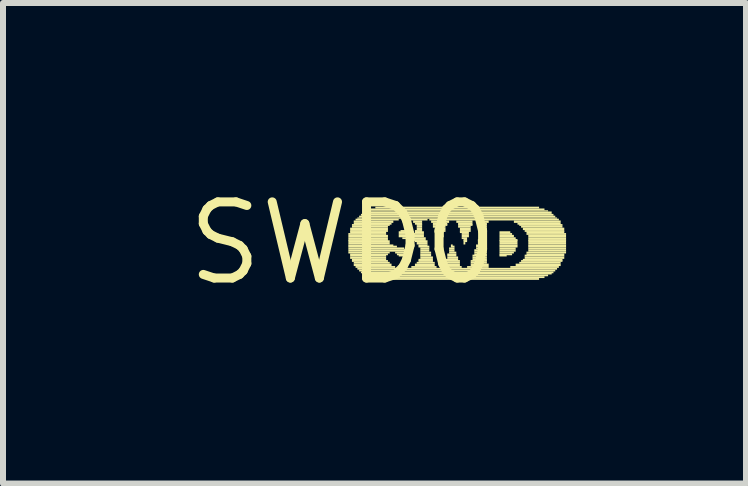
<source format=kicad_pcb>
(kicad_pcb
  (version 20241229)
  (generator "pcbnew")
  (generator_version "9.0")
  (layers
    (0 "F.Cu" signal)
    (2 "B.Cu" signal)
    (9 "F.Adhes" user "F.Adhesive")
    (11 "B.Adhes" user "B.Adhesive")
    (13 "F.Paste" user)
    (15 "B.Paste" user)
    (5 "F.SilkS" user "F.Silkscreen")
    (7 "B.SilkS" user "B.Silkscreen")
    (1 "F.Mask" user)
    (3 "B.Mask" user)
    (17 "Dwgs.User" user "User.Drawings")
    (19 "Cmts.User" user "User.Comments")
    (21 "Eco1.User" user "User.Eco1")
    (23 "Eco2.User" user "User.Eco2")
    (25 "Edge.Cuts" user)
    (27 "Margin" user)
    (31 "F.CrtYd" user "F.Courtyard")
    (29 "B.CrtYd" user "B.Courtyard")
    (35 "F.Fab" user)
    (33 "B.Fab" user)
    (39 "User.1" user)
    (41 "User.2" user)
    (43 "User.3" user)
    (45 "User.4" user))
  (footprint "SWD0"
    (layer "F.Cu")
    (at 2.668 1.006)
    (property "Reference" "SWD0" (at 0 0 0) (layer "F.SilkS") (effects (font (size 1.27 1.27) (thickness 0.15))))
    (fp_poly (pts (xy 0.09 -0.14) (xy 0.72 -0.14) (xy 0.72 -0.17) (xy 0.09 -0.17)) (stroke (width 0) (type default)) (fill yes) (layer "F.SilkS"))
    (fp_poly (pts (xy 0.09 -0.1) (xy 0.75 -0.1) (xy 0.75 -0.14) (xy 0.09 -0.14)) (stroke (width 0) (type default)) (fill yes) (layer "F.SilkS"))
    (fp_poly (pts (xy 0.09 -0.07) (xy 0.75 -0.07) (xy 0.75 -0.1) (xy 0.09 -0.1)) (stroke (width 0) (type default)) (fill yes) (layer "F.SilkS"))
    (fp_poly (pts (xy 0.09 -0.04) (xy 0.75 -0.04) (xy 0.75 -0.07) (xy 0.09 -0.07)) (stroke (width 0) (type default)) (fill yes) (layer "F.SilkS"))
    (fp_poly (pts (xy 0.09 -0.02) (xy 0.78 -0.02) (xy 0.78 -0.05) (xy 0.09 -0.05)) (stroke (width 0) (type default)) (fill yes) (layer "F.SilkS"))
    (fp_poly (pts (xy 0.09 0.02) (xy 0.78 0.02) (xy 0.78 -0.02) (xy 0.09 -0.02)) (stroke (width 0) (type default)) (fill yes) (layer "F.SilkS"))
    (fp_poly (pts (xy 0.09 0.05) (xy 0.84 0.05) (xy 0.84 0.02) (xy 0.09 0.02)) (stroke (width 0) (type default)) (fill yes) (layer "F.SilkS"))
    (fp_poly (pts (xy 0.09 0.07) (xy 0.9 0.07) (xy 0.9 0.04) (xy 0.09 0.04)) (stroke (width 0) (type default)) (fill yes) (layer "F.SilkS"))
    (fp_poly (pts (xy 0.09 0.1) (xy 1.02 0.1) (xy 1.02 0.07) (xy 0.09 0.07)) (stroke (width 0) (type default)) (fill yes) (layer "F.SilkS"))
    (fp_poly (pts (xy 0.09 0.14) (xy 1.08 0.14) (xy 1.08 0.1) (xy 0.09 0.1)) (stroke (width 0) (type default)) (fill yes) (layer "F.SilkS"))
    (fp_poly (pts (xy 0.09 0.17) (xy 0.78 0.17) (xy 0.78 0.14) (xy 0.09 0.14)) (stroke (width 0) (type default)) (fill yes) (layer "F.SilkS"))
    (fp_poly (pts (xy 0.12 -0.22) (xy 0.75 -0.22) (xy 0.75 -0.26) (xy 0.12 -0.26)) (stroke (width 0) (type default)) (fill yes) (layer "F.SilkS"))
    (fp_poly (pts (xy 0.12 -0.19) (xy 0.75 -0.19) (xy 0.75 -0.22) (xy 0.12 -0.22)) (stroke (width 0) (type default)) (fill yes) (layer "F.SilkS"))
    (fp_poly (pts (xy 0.12 -0.17) (xy 0.72 -0.17) (xy 0.72 -0.2) (xy 0.12 -0.2)) (stroke (width 0) (type default)) (fill yes) (layer "F.SilkS"))
    (fp_poly (pts (xy 0.12 0.2) (xy 0.75 0.2) (xy 0.75 0.17) (xy 0.12 0.17)) (stroke (width 0) (type default)) (fill yes) (layer "F.SilkS"))
    (fp_poly (pts (xy 0.12 0.22) (xy 0.72 0.22) (xy 0.72 0.19) (xy 0.12 0.19)) (stroke (width 0) (type default)) (fill yes) (layer "F.SilkS"))
    (fp_poly (pts (xy 0.12 0.26) (xy 0.72 0.26) (xy 0.72 0.22) (xy 0.12 0.22)) (stroke (width 0) (type default)) (fill yes) (layer "F.SilkS"))
    (fp_poly (pts (xy 0.15 -0.29) (xy 0.78 -0.29) (xy 0.78 -0.32) (xy 0.15 -0.32)) (stroke (width 0) (type default)) (fill yes) (layer "F.SilkS"))
    (fp_poly (pts (xy 0.15 -0.26) (xy 0.75 -0.26) (xy 0.75 -0.29) (xy 0.15 -0.29)) (stroke (width 0) (type default)) (fill yes) (layer "F.SilkS"))
    (fp_poly (pts (xy 0.15 0.29) (xy 0.72 0.29) (xy 0.72 0.26) (xy 0.15 0.26)) (stroke (width 0) (type default)) (fill yes) (layer "F.SilkS"))
    (fp_poly (pts (xy 0.15 0.31) (xy 0.75 0.31) (xy 0.75 0.28) (xy 0.15 0.28)) (stroke (width 0) (type default)) (fill yes) (layer "F.SilkS"))
    (fp_poly (pts (xy 0.18 -0.34) (xy 0.84 -0.34) (xy 0.84 -0.38) (xy 0.18 -0.38)) (stroke (width 0) (type default)) (fill yes) (layer "F.SilkS"))
    (fp_poly (pts (xy 0.18 -0.31) (xy 0.81 -0.31) (xy 0.81 -0.34) (xy 0.18 -0.34)) (stroke (width 0) (type default)) (fill yes) (layer "F.SilkS"))
    (fp_poly (pts (xy 0.18 0.34) (xy 0.78 0.34) (xy 0.78 0.31) (xy 0.18 0.31)) (stroke (width 0) (type default)) (fill yes) (layer "F.SilkS"))
    (fp_poly (pts (xy 0.18 0.38) (xy 0.81 0.38) (xy 0.81 0.34) (xy 0.18 0.34)) (stroke (width 0) (type default)) (fill yes) (layer "F.SilkS"))
    (fp_poly (pts (xy 0.21 -0.38) (xy 0.93 -0.38) (xy 0.93 -0.41) (xy 0.21 -0.41)) (stroke (width 0) (type default)) (fill yes) (layer "F.SilkS"))
    (fp_poly (pts (xy 0.21 0.41) (xy 0.87 0.41) (xy 0.87 0.38) (xy 0.21 0.38)) (stroke (width 0) (type default)) (fill yes) (layer "F.SilkS"))
    (fp_poly (pts (xy 0.24 -0.41) (xy 3.57 -0.41) (xy 3.57 -0.43) (xy 0.24 -0.43)) (stroke (width 0) (type default)) (fill yes) (layer "F.SilkS"))
    (fp_poly (pts (xy 0.24 0.44) (xy 3.57 0.44) (xy 3.57 0.41) (xy 0.24 0.41)) (stroke (width 0) (type default)) (fill yes) (layer "F.SilkS"))
    (fp_poly (pts (xy 0.27 -0.43) (xy 3.54 -0.43) (xy 3.54 -0.46) (xy 0.27 -0.46)) (stroke (width 0) (type default)) (fill yes) (layer "F.SilkS"))
    (fp_poly (pts (xy 0.27 0.47) (xy 3.54 0.47) (xy 3.54 0.44) (xy 0.27 0.44)) (stroke (width 0) (type default)) (fill yes) (layer "F.SilkS"))
    (fp_poly (pts (xy 0.3 -0.46) (xy 3.51 -0.46) (xy 3.51 -0.49) (xy 0.3 -0.49)) (stroke (width 0) (type default)) (fill yes) (layer "F.SilkS"))
    (fp_poly (pts (xy 0.3 0.5) (xy 3.51 0.5) (xy 3.51 0.47) (xy 0.3 0.47)) (stroke (width 0) (type default)) (fill yes) (layer "F.SilkS"))
    (fp_poly (pts (xy 0.33 -0.49) (xy 3.48 -0.49) (xy 3.48 -0.53) (xy 0.33 -0.53)) (stroke (width 0) (type default)) (fill yes) (layer "F.SilkS"))
    (fp_poly (pts (xy 0.33 0.52) (xy 3.48 0.52) (xy 3.48 0.49) (xy 0.33 0.49)) (stroke (width 0) (type default)) (fill yes) (layer "F.SilkS"))
    (fp_poly (pts (xy 0.39 -0.53) (xy 3.42 -0.53) (xy 3.42 -0.55) (xy 0.39 -0.55)) (stroke (width 0) (type default)) (fill yes) (layer "F.SilkS"))
    (fp_poly (pts (xy 0.39 0.55) (xy 3.42 0.55) (xy 3.42 0.52) (xy 0.39 0.52)) (stroke (width 0) (type default)) (fill yes) (layer "F.SilkS"))
    (fp_poly (pts (xy 0.45 -0.55) (xy 3.36 -0.55) (xy 3.36 -0.58) (xy 0.45 -0.58)) (stroke (width 0) (type default)) (fill yes) (layer "F.SilkS"))
    (fp_poly (pts (xy 0.45 0.58) (xy 3.36 0.58) (xy 3.36 0.55) (xy 0.45 0.55)) (stroke (width 0) (type default)) (fill yes) (layer "F.SilkS"))
    (fp_poly (pts (xy 0.54 -0.58) (xy 3.27 -0.58) (xy 3.27 -0.61) (xy 0.54 -0.61)) (stroke (width 0) (type default)) (fill yes) (layer "F.SilkS"))
    (fp_poly (pts (xy 0.54 0.61) (xy 3.27 0.61) (xy 3.27 0.58) (xy 0.54 0.58)) (stroke (width 0) (type default)) (fill yes) (layer "F.SilkS"))
    (fp_poly (pts (xy 0.87 0.17) (xy 1.11 0.17) (xy 1.11 0.14) (xy 0.87 0.14)) (stroke (width 0) (type default)) (fill yes) (layer "F.SilkS"))
    (fp_poly (pts (xy 0.9 0.2) (xy 1.11 0.2) (xy 1.11 0.17) (xy 0.9 0.17)) (stroke (width 0) (type default)) (fill yes) (layer "F.SilkS"))
    (fp_poly (pts (xy 0.93 -0.17) (xy 1.11 -0.17) (xy 1.11 -0.2) (xy 0.93 -0.2)) (stroke (width 0) (type default)) (fill yes) (layer "F.SilkS"))
    (fp_poly (pts (xy 0.93 -0.14) (xy 1.35 -0.14) (xy 1.35 -0.17) (xy 0.93 -0.17)) (stroke (width 0) (type default)) (fill yes) (layer "F.SilkS"))
    (fp_poly (pts (xy 0.93 -0.1) (xy 1.35 -0.1) (xy 1.35 -0.14) (xy 0.93 -0.14)) (stroke (width 0) (type default)) (fill yes) (layer "F.SilkS"))
    (fp_poly (pts (xy 0.93 0.22) (xy 1.08 0.22) (xy 1.08 0.19) (xy 0.93 0.19)) (stroke (width 0) (type default)) (fill yes) (layer "F.SilkS"))
    (fp_poly (pts (xy 0.96 -0.19) (xy 1.05 -0.19) (xy 1.05 -0.22) (xy 0.96 -0.22)) (stroke (width 0) (type default)) (fill yes) (layer "F.SilkS"))
    (fp_poly (pts (xy 0.99 -0.07) (xy 1.38 -0.07) (xy 1.38 -0.1) (xy 0.99 -0.1)) (stroke (width 0) (type default)) (fill yes) (layer "F.SilkS"))
    (fp_poly (pts (xy 1.08 -0.38) (xy 1.41 -0.38) (xy 1.41 -0.41) (xy 1.08 -0.41)) (stroke (width 0) (type default)) (fill yes) (layer "F.SilkS"))
    (fp_poly (pts (xy 1.11 -0.04) (xy 1.38 -0.04) (xy 1.38 -0.07) (xy 1.11 -0.07)) (stroke (width 0) (type default)) (fill yes) (layer "F.SilkS"))
    (fp_poly (pts (xy 1.14 0.41) (xy 1.56 0.41) (xy 1.56 0.38) (xy 1.14 0.38)) (stroke (width 0) (type default)) (fill yes) (layer "F.SilkS"))
    (fp_poly (pts (xy 1.17 -0.34) (xy 1.32 -0.34) (xy 1.32 -0.38) (xy 1.17 -0.38)) (stroke (width 0) (type default)) (fill yes) (layer "F.SilkS"))
    (fp_poly (pts (xy 1.2 -0.31) (xy 1.32 -0.31) (xy 1.32 -0.34) (xy 1.2 -0.34)) (stroke (width 0) (type default)) (fill yes) (layer "F.SilkS"))
    (fp_poly (pts (xy 1.2 -0.19) (xy 1.32 -0.19) (xy 1.32 -0.22) (xy 1.2 -0.22)) (stroke (width 0) (type default)) (fill yes) (layer "F.SilkS"))
    (fp_poly (pts (xy 1.2 -0.17) (xy 1.35 -0.17) (xy 1.35 -0.2) (xy 1.2 -0.2)) (stroke (width 0) (type default)) (fill yes) (layer "F.SilkS"))
    (fp_poly (pts (xy 1.2 -0.02) (xy 1.41 -0.02) (xy 1.41 -0.05) (xy 1.2 -0.05)) (stroke (width 0) (type default)) (fill yes) (layer "F.SilkS"))
    (fp_poly (pts (xy 1.2 0.38) (xy 1.53 0.38) (xy 1.53 0.34) (xy 1.2 0.34)) (stroke (width 0) (type default)) (fill yes) (layer "F.SilkS"))
    (fp_poly (pts (xy 1.23 -0.29) (xy 1.32 -0.29) (xy 1.32 -0.32) (xy 1.23 -0.32)) (stroke (width 0) (type default)) (fill yes) (layer "F.SilkS"))
    (fp_poly (pts (xy 1.23 -0.26) (xy 1.32 -0.26) (xy 1.32 -0.29) (xy 1.23 -0.29)) (stroke (width 0) (type default)) (fill yes) (layer "F.SilkS"))
    (fp_poly (pts (xy 1.23 -0.22) (xy 1.32 -0.22) (xy 1.32 -0.26) (xy 1.23 -0.26)) (stroke (width 0) (type default)) (fill yes) (layer "F.SilkS"))
    (fp_poly (pts (xy 1.23 0.02) (xy 1.41 0.02) (xy 1.41 -0.02) (xy 1.23 -0.02)) (stroke (width 0) (type default)) (fill yes) (layer "F.SilkS"))
    (fp_poly (pts (xy 1.23 0.34) (xy 1.53 0.34) (xy 1.53 0.31) (xy 1.23 0.31)) (stroke (width 0) (type default)) (fill yes) (layer "F.SilkS"))
    (fp_poly (pts (xy 1.26 0.05) (xy 1.41 0.05) (xy 1.41 0.02) (xy 1.26 0.02)) (stroke (width 0) (type default)) (fill yes) (layer "F.SilkS"))
    (fp_poly (pts (xy 1.26 0.07) (xy 1.44 0.07) (xy 1.44 0.04) (xy 1.26 0.04)) (stroke (width 0) (type default)) (fill yes) (layer "F.SilkS"))
    (fp_poly (pts (xy 1.26 0.29) (xy 1.5 0.29) (xy 1.5 0.26) (xy 1.26 0.26)) (stroke (width 0) (type default)) (fill yes) (layer "F.SilkS"))
    (fp_poly (pts (xy 1.26 0.31) (xy 1.5 0.31) (xy 1.5 0.28) (xy 1.26 0.28)) (stroke (width 0) (type default)) (fill yes) (layer "F.SilkS"))
    (fp_poly (pts (xy 1.29 0.1) (xy 1.44 0.1) (xy 1.44 0.07) (xy 1.29 0.07)) (stroke (width 0) (type default)) (fill yes) (layer "F.SilkS"))
    (fp_poly (pts (xy 1.29 0.14) (xy 1.44 0.14) (xy 1.44 0.1) (xy 1.29 0.1)) (stroke (width 0) (type default)) (fill yes) (layer "F.SilkS"))
    (fp_poly (pts (xy 1.29 0.17) (xy 1.47 0.17) (xy 1.47 0.14) (xy 1.29 0.14)) (stroke (width 0) (type default)) (fill yes) (layer "F.SilkS"))
    (fp_poly (pts (xy 1.29 0.2) (xy 1.47 0.2) (xy 1.47 0.17) (xy 1.29 0.17)) (stroke (width 0) (type default)) (fill yes) (layer "F.SilkS"))
    (fp_poly (pts (xy 1.29 0.22) (xy 1.47 0.22) (xy 1.47 0.19) (xy 1.29 0.19)) (stroke (width 0) (type default)) (fill yes) (layer "F.SilkS"))
    (fp_poly (pts (xy 1.29 0.26) (xy 1.5 0.26) (xy 1.5 0.22) (xy 1.29 0.22)) (stroke (width 0) (type default)) (fill yes) (layer "F.SilkS"))
    (fp_poly (pts (xy 1.44 -0.38) (xy 2.22 -0.38) (xy 2.22 -0.41) (xy 1.44 -0.41)) (stroke (width 0) (type default)) (fill yes) (layer "F.SilkS"))
    (fp_poly (pts (xy 1.47 -0.34) (xy 1.77 -0.34) (xy 1.77 -0.38) (xy 1.47 -0.38)) (stroke (width 0) (type default)) (fill yes) (layer "F.SilkS"))
    (fp_poly (pts (xy 1.5 -0.31) (xy 1.74 -0.31) (xy 1.74 -0.34) (xy 1.5 -0.34)) (stroke (width 0) (type default)) (fill yes) (layer "F.SilkS"))
    (fp_poly (pts (xy 1.5 -0.29) (xy 1.74 -0.29) (xy 1.74 -0.32) (xy 1.5 -0.32)) (stroke (width 0) (type default)) (fill yes) (layer "F.SilkS"))
    (fp_poly (pts (xy 1.5 -0.26) (xy 1.71 -0.26) (xy 1.71 -0.29) (xy 1.5 -0.29)) (stroke (width 0) (type default)) (fill yes) (layer "F.SilkS"))
    (fp_poly (pts (xy 1.53 -0.22) (xy 1.71 -0.22) (xy 1.71 -0.26) (xy 1.53 -0.26)) (stroke (width 0) (type default)) (fill yes) (layer "F.SilkS"))
    (fp_poly (pts (xy 1.53 -0.19) (xy 1.71 -0.19) (xy 1.71 -0.22) (xy 1.53 -0.22)) (stroke (width 0) (type default)) (fill yes) (layer "F.SilkS"))
    (fp_poly (pts (xy 1.53 -0.17) (xy 1.68 -0.17) (xy 1.68 -0.2) (xy 1.53 -0.2)) (stroke (width 0) (type default)) (fill yes) (layer "F.SilkS"))
    (fp_poly (pts (xy 1.56 -0.14) (xy 1.68 -0.14) (xy 1.68 -0.17) (xy 1.56 -0.17)) (stroke (width 0) (type default)) (fill yes) (layer "F.SilkS"))
    (fp_poly (pts (xy 1.56 -0.1) (xy 1.68 -0.1) (xy 1.68 -0.14) (xy 1.56 -0.14)) (stroke (width 0) (type default)) (fill yes) (layer "F.SilkS"))
    (fp_poly (pts (xy 1.56 -0.07) (xy 1.65 -0.07) (xy 1.65 -0.1) (xy 1.56 -0.1)) (stroke (width 0) (type default)) (fill yes) (layer "F.SilkS"))
    (fp_poly (pts (xy 1.59 -0.04) (xy 1.65 -0.04) (xy 1.65 -0.07) (xy 1.59 -0.07)) (stroke (width 0) (type default)) (fill yes) (layer "F.SilkS"))
    (fp_poly (pts (xy 1.59 -0.02) (xy 1.65 -0.02) (xy 1.65 -0.05) (xy 1.59 -0.05)) (stroke (width 0) (type default)) (fill yes) (layer "F.SilkS"))
    (fp_poly (pts (xy 1.59 0.02) (xy 1.62 0.02) (xy 1.62 -0.02) (xy 1.59 -0.02)) (stroke (width 0) (type default)) (fill yes) (layer "F.SilkS"))
    (fp_poly (pts (xy 1.65 0.41) (xy 1.98 0.41) (xy 1.98 0.38) (xy 1.65 0.38)) (stroke (width 0) (type default)) (fill yes) (layer "F.SilkS"))
    (fp_poly (pts (xy 1.68 0.38) (xy 1.95 0.38) (xy 1.95 0.34) (xy 1.68 0.34)) (stroke (width 0) (type default)) (fill yes) (layer "F.SilkS"))
    (fp_poly (pts (xy 1.71 0.29) (xy 1.92 0.29) (xy 1.92 0.26) (xy 1.71 0.26)) (stroke (width 0) (type default)) (fill yes) (layer "F.SilkS"))
    (fp_poly (pts (xy 1.71 0.31) (xy 1.95 0.31) (xy 1.95 0.28) (xy 1.71 0.28)) (stroke (width 0) (type default)) (fill yes) (layer "F.SilkS"))
    (fp_poly (pts (xy 1.71 0.34) (xy 1.95 0.34) (xy 1.95 0.31) (xy 1.71 0.31)) (stroke (width 0) (type default)) (fill yes) (layer "F.SilkS"))
    (fp_poly (pts (xy 1.74 0.2) (xy 1.89 0.2) (xy 1.89 0.17) (xy 1.74 0.17)) (stroke (width 0) (type default)) (fill yes) (layer "F.SilkS"))
    (fp_poly (pts (xy 1.74 0.22) (xy 1.89 0.22) (xy 1.89 0.19) (xy 1.74 0.19)) (stroke (width 0) (type default)) (fill yes) (layer "F.SilkS"))
    (fp_poly (pts (xy 1.74 0.26) (xy 1.92 0.26) (xy 1.92 0.22) (xy 1.74 0.22)) (stroke (width 0) (type default)) (fill yes) (layer "F.SilkS"))
    (fp_poly (pts (xy 1.77 0.1) (xy 1.86 0.1) (xy 1.86 0.07) (xy 1.77 0.07)) (stroke (width 0) (type default)) (fill yes) (layer "F.SilkS"))
    (fp_poly (pts (xy 1.77 0.14) (xy 1.86 0.14) (xy 1.86 0.1) (xy 1.77 0.1)) (stroke (width 0) (type default)) (fill yes) (layer "F.SilkS"))
    (fp_poly (pts (xy 1.77 0.17) (xy 1.89 0.17) (xy 1.89 0.14) (xy 1.77 0.14)) (stroke (width 0) (type default)) (fill yes) (layer "F.SilkS"))
    (fp_poly (pts (xy 1.8 0.05) (xy 1.83 0.05) (xy 1.83 0.02) (xy 1.8 0.02)) (stroke (width 0) (type default)) (fill yes) (layer "F.SilkS"))
    (fp_poly (pts (xy 1.8 0.07) (xy 1.86 0.07) (xy 1.86 0.04) (xy 1.8 0.04)) (stroke (width 0) (type default)) (fill yes) (layer "F.SilkS"))
    (fp_poly (pts (xy 1.89 -0.34) (xy 2.16 -0.34) (xy 2.16 -0.38) (xy 1.89 -0.38)) (stroke (width 0) (type default)) (fill yes) (layer "F.SilkS"))
    (fp_poly (pts (xy 1.92 -0.31) (xy 2.16 -0.31) (xy 2.16 -0.34) (xy 1.92 -0.34)) (stroke (width 0) (type default)) (fill yes) (layer "F.SilkS"))
    (fp_poly (pts (xy 1.92 -0.29) (xy 2.16 -0.29) (xy 2.16 -0.32) (xy 1.92 -0.32)) (stroke (width 0) (type default)) (fill yes) (layer "F.SilkS"))
    (fp_poly (pts (xy 1.92 -0.26) (xy 2.13 -0.26) (xy 2.13 -0.29) (xy 1.92 -0.29)) (stroke (width 0) (type default)) (fill yes) (layer "F.SilkS"))
    (fp_poly (pts (xy 1.95 -0.22) (xy 2.13 -0.22) (xy 2.13 -0.26) (xy 1.95 -0.26)) (stroke (width 0) (type default)) (fill yes) (layer "F.SilkS"))
    (fp_poly (pts (xy 1.95 -0.19) (xy 2.13 -0.19) (xy 2.13 -0.22) (xy 1.95 -0.22)) (stroke (width 0) (type default)) (fill yes) (layer "F.SilkS"))
    (fp_poly (pts (xy 1.95 -0.17) (xy 2.1 -0.17) (xy 2.1 -0.2) (xy 1.95 -0.2)) (stroke (width 0) (type default)) (fill yes) (layer "F.SilkS"))
    (fp_poly (pts (xy 1.98 -0.14) (xy 2.1 -0.14) (xy 2.1 -0.17) (xy 1.98 -0.17)) (stroke (width 0) (type default)) (fill yes) (layer "F.SilkS"))
    (fp_poly (pts (xy 1.98 -0.1) (xy 2.1 -0.1) (xy 2.1 -0.14) (xy 1.98 -0.14)) (stroke (width 0) (type default)) (fill yes) (layer "F.SilkS"))
    (fp_poly (pts (xy 1.98 -0.07) (xy 2.07 -0.07) (xy 2.07 -0.1) (xy 1.98 -0.1)) (stroke (width 0) (type default)) (fill yes) (layer "F.SilkS"))
    (fp_poly (pts (xy 2.01 -0.04) (xy 2.07 -0.04) (xy 2.07 -0.07) (xy 2.01 -0.07)) (stroke (width 0) (type default)) (fill yes) (layer "F.SilkS"))
    (fp_poly (pts (xy 2.01 -0.02) (xy 2.07 -0.02) (xy 2.07 -0.05) (xy 2.01 -0.05)) (stroke (width 0) (type default)) (fill yes) (layer "F.SilkS"))
    (fp_poly (pts (xy 2.01 0.02) (xy 2.04 0.02) (xy 2.04 -0.02) (xy 2.01 -0.02)) (stroke (width 0) (type default)) (fill yes) (layer "F.SilkS"))
    (fp_poly (pts (xy 2.07 0.41) (xy 2.43 0.41) (xy 2.43 0.38) (xy 2.07 0.38)) (stroke (width 0) (type default)) (fill yes) (layer "F.SilkS"))
    (fp_poly (pts (xy 2.13 0.31) (xy 2.4 0.31) (xy 2.4 0.28) (xy 2.13 0.28)) (stroke (width 0) (type default)) (fill yes) (layer "F.SilkS"))
    (fp_poly (pts (xy 2.13 0.34) (xy 2.4 0.34) (xy 2.4 0.31) (xy 2.13 0.31)) (stroke (width 0) (type default)) (fill yes) (layer "F.SilkS"))
    (fp_poly (pts (xy 2.13 0.38) (xy 2.43 0.38) (xy 2.43 0.34) (xy 2.13 0.34)) (stroke (width 0) (type default)) (fill yes) (layer "F.SilkS"))
    (fp_poly (pts (xy 2.16 0.22) (xy 2.4 0.22) (xy 2.4 0.19) (xy 2.16 0.19)) (stroke (width 0) (type default)) (fill yes) (layer "F.SilkS"))
    (fp_poly (pts (xy 2.16 0.26) (xy 2.4 0.26) (xy 2.4 0.22) (xy 2.16 0.22)) (stroke (width 0) (type default)) (fill yes) (layer "F.SilkS"))
    (fp_poly (pts (xy 2.16 0.29) (xy 2.4 0.29) (xy 2.4 0.26) (xy 2.16 0.26)) (stroke (width 0) (type default)) (fill yes) (layer "F.SilkS"))
    (fp_poly (pts (xy 2.19 0.14) (xy 2.4 0.14) (xy 2.4 0.1) (xy 2.19 0.1)) (stroke (width 0) (type default)) (fill yes) (layer "F.SilkS"))
    (fp_poly (pts (xy 2.19 0.17) (xy 2.4 0.17) (xy 2.4 0.14) (xy 2.19 0.14)) (stroke (width 0) (type default)) (fill yes) (layer "F.SilkS"))
    (fp_poly (pts (xy 2.19 0.2) (xy 2.4 0.2) (xy 2.4 0.17) (xy 2.19 0.17)) (stroke (width 0) (type default)) (fill yes) (layer "F.SilkS"))
    (fp_poly (pts (xy 2.22 0.05) (xy 2.4 0.05) (xy 2.4 0.02) (xy 2.22 0.02)) (stroke (width 0) (type default)) (fill yes) (layer "F.SilkS"))
    (fp_poly (pts (xy 2.22 0.07) (xy 2.4 0.07) (xy 2.4 0.04) (xy 2.22 0.04)) (stroke (width 0) (type default)) (fill yes) (layer "F.SilkS"))
    (fp_poly (pts (xy 2.22 0.1) (xy 2.4 0.1) (xy 2.4 0.07) (xy 2.22 0.07)) (stroke (width 0) (type default)) (fill yes) (layer "F.SilkS"))
    (fp_poly (pts (xy 2.25 -0.38) (xy 3.6 -0.38) (xy 3.6 -0.41) (xy 2.25 -0.41)) (stroke (width 0) (type default)) (fill yes) (layer "F.SilkS"))
    (fp_poly (pts (xy 2.25 -0.04) (xy 2.4 -0.04) (xy 2.4 -0.07) (xy 2.25 -0.07)) (stroke (width 0) (type default)) (fill yes) (layer "F.SilkS"))
    (fp_poly (pts (xy 2.25 -0.02) (xy 2.4 -0.02) (xy 2.4 -0.05) (xy 2.25 -0.05)) (stroke (width 0) (type default)) (fill yes) (layer "F.SilkS"))
    (fp_poly (pts (xy 2.25 0.02) (xy 2.4 0.02) (xy 2.4 -0.02) (xy 2.25 -0.02)) (stroke (width 0) (type default)) (fill yes) (layer "F.SilkS"))
    (fp_poly (pts (xy 2.28 -0.14) (xy 2.4 -0.14) (xy 2.4 -0.17) (xy 2.28 -0.17)) (stroke (width 0) (type default)) (fill yes) (layer "F.SilkS"))
    (fp_poly (pts (xy 2.28 -0.1) (xy 2.4 -0.1) (xy 2.4 -0.14) (xy 2.28 -0.14)) (stroke (width 0) (type default)) (fill yes) (layer "F.SilkS"))
    (fp_poly (pts (xy 2.28 -0.07) (xy 2.4 -0.07) (xy 2.4 -0.1) (xy 2.28 -0.1)) (stroke (width 0) (type default)) (fill yes) (layer "F.SilkS"))
    (fp_poly (pts (xy 2.31 -0.34) (xy 2.43 -0.34) (xy 2.43 -0.38) (xy 2.31 -0.38)) (stroke (width 0) (type default)) (fill yes) (layer "F.SilkS"))
    (fp_poly (pts (xy 2.31 -0.19) (xy 2.4 -0.19) (xy 2.4 -0.22) (xy 2.31 -0.22)) (stroke (width 0) (type default)) (fill yes) (layer "F.SilkS"))
    (fp_poly (pts (xy 2.31 -0.17) (xy 2.4 -0.17) (xy 2.4 -0.2) (xy 2.31 -0.2)) (stroke (width 0) (type default)) (fill yes) (layer "F.SilkS"))
    (fp_poly (pts (xy 2.34 -0.31) (xy 2.4 -0.31) (xy 2.4 -0.34) (xy 2.34 -0.34)) (stroke (width 0) (type default)) (fill yes) (layer "F.SilkS"))
    (fp_poly (pts (xy 2.34 -0.29) (xy 2.4 -0.29) (xy 2.4 -0.32) (xy 2.34 -0.32)) (stroke (width 0) (type default)) (fill yes) (layer "F.SilkS"))
    (fp_poly (pts (xy 2.34 -0.26) (xy 2.4 -0.26) (xy 2.4 -0.29) (xy 2.34 -0.29)) (stroke (width 0) (type default)) (fill yes) (layer "F.SilkS"))
    (fp_poly (pts (xy 2.34 -0.22) (xy 2.4 -0.22) (xy 2.4 -0.26) (xy 2.34 -0.26)) (stroke (width 0) (type default)) (fill yes) (layer "F.SilkS"))
    (fp_poly (pts (xy 2.61 -0.17) (xy 2.79 -0.17) (xy 2.79 -0.2) (xy 2.61 -0.2)) (stroke (width 0) (type default)) (fill yes) (layer "F.SilkS"))
    (fp_poly (pts (xy 2.61 -0.14) (xy 2.82 -0.14) (xy 2.82 -0.17) (xy 2.61 -0.17)) (stroke (width 0) (type default)) (fill yes) (layer "F.SilkS"))
    (fp_poly (pts (xy 2.61 -0.1) (xy 2.85 -0.1) (xy 2.85 -0.14) (xy 2.61 -0.14)) (stroke (width 0) (type default)) (fill yes) (layer "F.SilkS"))
    (fp_poly (pts (xy 2.61 -0.07) (xy 2.88 -0.07) (xy 2.88 -0.1) (xy 2.61 -0.1)) (stroke (width 0) (type default)) (fill yes) (layer "F.SilkS"))
    (fp_poly (pts (xy 2.61 -0.04) (xy 2.91 -0.04) (xy 2.91 -0.07) (xy 2.61 -0.07)) (stroke (width 0) (type default)) (fill yes) (layer "F.SilkS"))
    (fp_poly (pts (xy 2.61 -0.02) (xy 2.91 -0.02) (xy 2.91 -0.05) (xy 2.61 -0.05)) (stroke (width 0) (type default)) (fill yes) (layer "F.SilkS"))
    (fp_poly (pts (xy 2.61 0.02) (xy 2.91 0.02) (xy 2.91 -0.02) (xy 2.61 -0.02)) (stroke (width 0) (type default)) (fill yes) (layer "F.SilkS"))
    (fp_poly (pts (xy 2.61 0.05) (xy 2.91 0.05) (xy 2.91 0.02) (xy 2.61 0.02)) (stroke (width 0) (type default)) (fill yes) (layer "F.SilkS"))
    (fp_poly (pts (xy 2.61 0.07) (xy 2.91 0.07) (xy 2.91 0.04) (xy 2.61 0.04)) (stroke (width 0) (type default)) (fill yes) (layer "F.SilkS"))
    (fp_poly (pts (xy 2.61 0.1) (xy 2.88 0.1) (xy 2.88 0.07) (xy 2.61 0.07)) (stroke (width 0) (type default)) (fill yes) (layer "F.SilkS"))
    (fp_poly (pts (xy 2.61 0.14) (xy 2.88 0.14) (xy 2.88 0.1) (xy 2.61 0.1)) (stroke (width 0) (type default)) (fill yes) (layer "F.SilkS"))
    (fp_poly (pts (xy 2.61 0.17) (xy 2.85 0.17) (xy 2.85 0.14) (xy 2.61 0.14)) (stroke (width 0) (type default)) (fill yes) (layer "F.SilkS"))
    (fp_poly (pts (xy 2.61 0.2) (xy 2.82 0.2) (xy 2.82 0.17) (xy 2.61 0.17)) (stroke (width 0) (type default)) (fill yes) (layer "F.SilkS"))
    (fp_poly (pts (xy 2.61 0.22) (xy 2.73 0.22) (xy 2.73 0.19) (xy 2.61 0.19)) (stroke (width 0) (type default)) (fill yes) (layer "F.SilkS"))
    (fp_poly (pts (xy 2.79 0.41) (xy 3.6 0.41) (xy 3.6 0.38) (xy 2.79 0.38)) (stroke (width 0) (type default)) (fill yes) (layer "F.SilkS"))
    (fp_poly (pts (xy 2.85 -0.34) (xy 3.63 -0.34) (xy 3.63 -0.38) (xy 2.85 -0.38)) (stroke (width 0) (type default)) (fill yes) (layer "F.SilkS"))
    (fp_poly (pts (xy 2.88 0.38) (xy 3.63 0.38) (xy 3.63 0.34) (xy 2.88 0.34)) (stroke (width 0) (type default)) (fill yes) (layer "F.SilkS"))
    (fp_poly (pts (xy 2.91 -0.31) (xy 3.63 -0.31) (xy 3.63 -0.34) (xy 2.91 -0.34)) (stroke (width 0) (type default)) (fill yes) (layer "F.SilkS"))
    (fp_poly (pts (xy 2.94 -0.29) (xy 3.66 -0.29) (xy 3.66 -0.32) (xy 2.94 -0.32)) (stroke (width 0) (type default)) (fill yes) (layer "F.SilkS"))
    (fp_poly (pts (xy 2.94 0.34) (xy 3.63 0.34) (xy 3.63 0.31) (xy 2.94 0.31)) (stroke (width 0) (type default)) (fill yes) (layer "F.SilkS"))
    (fp_poly (pts (xy 2.97 -0.26) (xy 3.66 -0.26) (xy 3.66 -0.29) (xy 2.97 -0.29)) (stroke (width 0) (type default)) (fill yes) (layer "F.SilkS"))
    (fp_poly (pts (xy 2.97 0.31) (xy 3.66 0.31) (xy 3.66 0.28) (xy 2.97 0.28)) (stroke (width 0) (type default)) (fill yes) (layer "F.SilkS"))
    (fp_poly (pts (xy 3 -0.22) (xy 3.69 -0.22) (xy 3.69 -0.26) (xy 3 -0.26)) (stroke (width 0) (type default)) (fill yes) (layer "F.SilkS"))
    (fp_poly (pts (xy 3 0.29) (xy 3.66 0.29) (xy 3.66 0.26) (xy 3 0.26)) (stroke (width 0) (type default)) (fill yes) (layer "F.SilkS"))
    (fp_poly (pts (xy 3.03 -0.19) (xy 3.69 -0.19) (xy 3.69 -0.22) (xy 3.03 -0.22)) (stroke (width 0) (type default)) (fill yes) (layer "F.SilkS"))
    (fp_poly (pts (xy 3.03 0.22) (xy 3.69 0.22) (xy 3.69 0.19) (xy 3.03 0.19)) (stroke (width 0) (type default)) (fill yes) (layer "F.SilkS"))
    (fp_poly (pts (xy 3.03 0.26) (xy 3.69 0.26) (xy 3.69 0.22) (xy 3.03 0.22)) (stroke (width 0) (type default)) (fill yes) (layer "F.SilkS"))
    (fp_poly (pts (xy 3.06 -0.17) (xy 3.69 -0.17) (xy 3.69 -0.2) (xy 3.06 -0.2)) (stroke (width 0) (type default)) (fill yes) (layer "F.SilkS"))
    (fp_poly (pts (xy 3.06 -0.14) (xy 3.72 -0.14) (xy 3.72 -0.17) (xy 3.06 -0.17)) (stroke (width 0) (type default)) (fill yes) (layer "F.SilkS"))
    (fp_poly (pts (xy 3.06 0.17) (xy 3.72 0.17) (xy 3.72 0.14) (xy 3.06 0.14)) (stroke (width 0) (type default)) (fill yes) (layer "F.SilkS"))
    (fp_poly (pts (xy 3.06 0.2) (xy 3.69 0.2) (xy 3.69 0.17) (xy 3.06 0.17)) (stroke (width 0) (type default)) (fill yes) (layer "F.SilkS"))
    (fp_poly (pts (xy 3.09 -0.1) (xy 3.72 -0.1) (xy 3.72 -0.14) (xy 3.09 -0.14)) (stroke (width 0) (type default)) (fill yes) (layer "F.SilkS"))
    (fp_poly (pts (xy 3.09 -0.07) (xy 3.72 -0.07) (xy 3.72 -0.1) (xy 3.09 -0.1)) (stroke (width 0) (type default)) (fill yes) (layer "F.SilkS"))
    (fp_poly (pts (xy 3.09 -0.04) (xy 3.72 -0.04) (xy 3.72 -0.07) (xy 3.09 -0.07)) (stroke (width 0) (type default)) (fill yes) (layer "F.SilkS"))
    (fp_poly (pts (xy 3.09 -0.02) (xy 3.72 -0.02) (xy 3.72 -0.05) (xy 3.09 -0.05)) (stroke (width 0) (type default)) (fill yes) (layer "F.SilkS"))
    (fp_poly (pts (xy 3.09 0.02) (xy 3.72 0.02) (xy 3.72 -0.02) (xy 3.09 -0.02)) (stroke (width 0) (type default)) (fill yes) (layer "F.SilkS"))
    (fp_poly (pts (xy 3.09 0.05) (xy 3.72 0.05) (xy 3.72 0.02) (xy 3.09 0.02)) (stroke (width 0) (type default)) (fill yes) (layer "F.SilkS"))
    (fp_poly (pts (xy 3.09 0.07) (xy 3.72 0.07) (xy 3.72 0.04) (xy 3.09 0.04)) (stroke (width 0) (type default)) (fill yes) (layer "F.SilkS"))
    (fp_poly (pts (xy 3.09 0.1) (xy 3.72 0.1) (xy 3.72 0.07) (xy 3.09 0.07)) (stroke (width 0) (type default)) (fill yes) (layer "F.SilkS"))
    (fp_poly (pts (xy 3.09 0.14) (xy 3.72 0.14) (xy 3.72 0.1) (xy 3.09 0.1)) (stroke (width 0) (type default)) (fill yes) (layer "F.SilkS")))
  (gr_rect
    (start -3 -3)
    (end 9.388 5.012)
    (stroke (width 0.1) (type default))
    (fill no)
    (layer "Edge.Cuts")))
</source>
